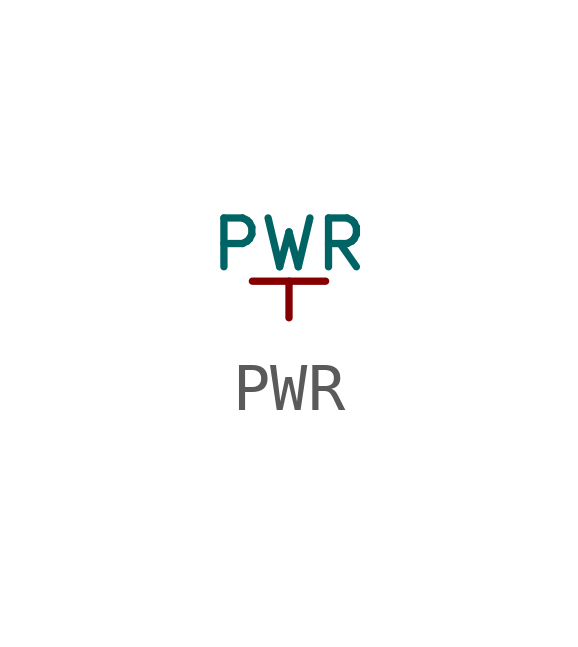
<source format=kicad_sym>
(kicad_symbol_lib
  (version 20211014)
  (generator kicad_symbol_editor)
  (symbol "PWR"
    (power)
    (pin_numbers hide)
    (pin_names
      (offset 0) hide)
    (property "Reference" "#PWR"
      (at 0.254 0 0)
      (effects (font (size 0.508 0.508)) hide))
    (property "Value" "PWR"
      (at 0 1.524 0)
      (effects (font (size 1.016 1.016))))
    (symbol "PWR_0_1"
      (polyline (pts (xy -0.762 0.762) (xy 0.762 0.762)) (stroke (width 0) (type default) (color 0 0 0 0)) (fill (type none)))
      (polyline (pts (xy 0 0) (xy 0 0.762)) (stroke (width 0) (type default) (color 0 0 0 0)) (fill (type none))))
    (symbol "PWR_1_1"
      (pin power_in line (at 0 0 90) (length 0) hide (name "PWR_REPLACE" (effects (font (size 1.27 1.27)))) (number "1" (effects (font (size 1.27 1.27))))))))
</source>
